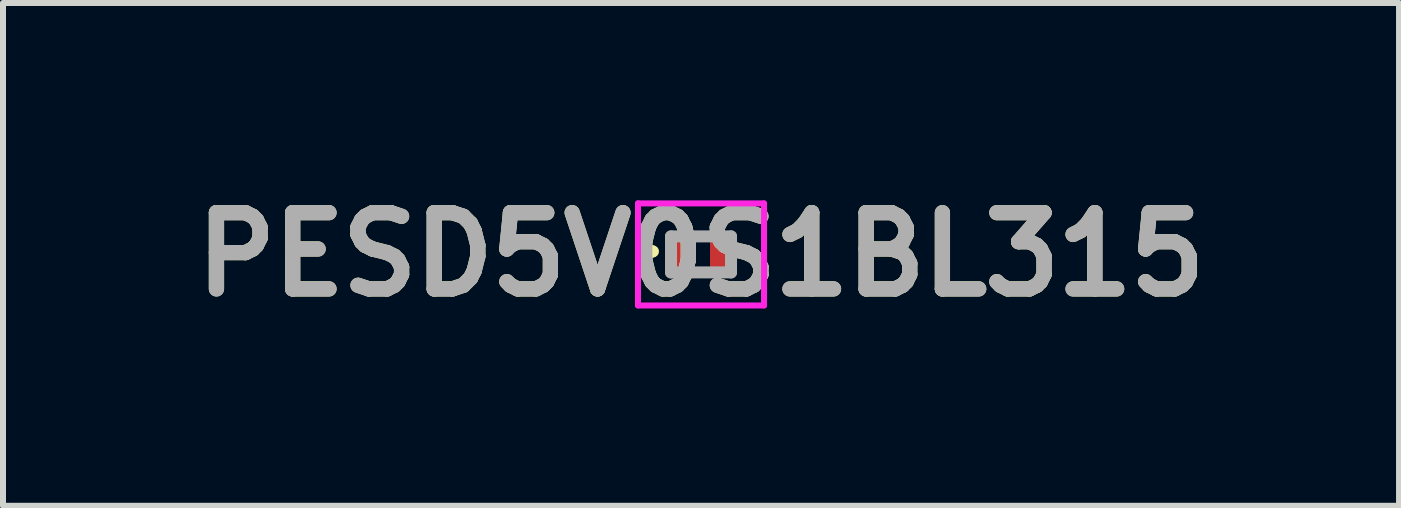
<source format=kicad_pcb>
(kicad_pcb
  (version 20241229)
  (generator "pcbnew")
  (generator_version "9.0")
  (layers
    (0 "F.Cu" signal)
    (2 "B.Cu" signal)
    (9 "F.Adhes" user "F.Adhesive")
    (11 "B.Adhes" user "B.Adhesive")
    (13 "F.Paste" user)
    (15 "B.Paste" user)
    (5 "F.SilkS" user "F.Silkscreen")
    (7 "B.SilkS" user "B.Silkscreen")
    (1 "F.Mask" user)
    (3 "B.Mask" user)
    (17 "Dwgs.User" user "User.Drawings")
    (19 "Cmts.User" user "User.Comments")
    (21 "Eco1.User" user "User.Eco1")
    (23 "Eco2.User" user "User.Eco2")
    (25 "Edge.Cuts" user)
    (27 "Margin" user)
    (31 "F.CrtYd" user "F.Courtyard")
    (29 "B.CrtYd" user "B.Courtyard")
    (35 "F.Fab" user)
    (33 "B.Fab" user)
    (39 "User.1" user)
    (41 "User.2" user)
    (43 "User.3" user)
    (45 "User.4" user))
  (footprint "PESD5V0S1BL315"
    (layer "F.Cu")
    (at 8.63 1.189)
    (property "Reference" "PESD5V0S1BL315" (at 0 0 0) (layer "F.SilkS") (effects (font (size 1.27 1.27) (thickness 0.254))))
    (attr smd)
    (fp_line (start -0.8 -0.1) (end -0.8 -0.1) (stroke (width 0.1) (type solid)) (layer "F.SilkS"))
    (fp_line (start -0.8 0) (end -0.8 0) (stroke (width 0.1) (type solid)) (layer "F.SilkS"))
    (fp_arc (start -0.8 -0.1) (mid -0.75 -0.05) (end -0.8 0) (stroke (width 0.1) (type solid)) (layer "F.SilkS"))
    (fp_arc (start -0.8 0) (mid -0.85 -0.05) (end -0.8 -0.1) (stroke (width 0.1) (type solid)) (layer "F.SilkS"))
    (fp_line (start -1.05 -0.85) (end 1.05 -0.85) (stroke (width 0.1) (type solid)) (layer "F.CrtYd"))
    (fp_line (start -1.05 0.85) (end -1.05 -0.85) (stroke (width 0.1) (type solid)) (layer "F.CrtYd"))
    (fp_line (start 1.05 -0.85) (end 1.05 0.85) (stroke (width 0.1) (type solid)) (layer "F.CrtYd"))
    (fp_line (start 1.05 0.85) (end -1.05 0.85) (stroke (width 0.1) (type solid)) (layer "F.CrtYd"))
    (fp_line (start -0.5 -0.3) (end 0.5 -0.3) (stroke (width 0.2) (type solid)) (layer "F.Fab"))
    (fp_line (start -0.5 0.3) (end -0.5 -0.3) (stroke (width 0.2) (type solid)) (layer "F.Fab"))
    (fp_line (start 0.5 -0.3) (end 0.5 0.3) (stroke (width 0.2) (type solid)) (layer "F.Fab"))
    (fp_line (start 0.5 0.3) (end -0.5 0.3) (stroke (width 0.2) (type solid)) (layer "F.Fab"))
    (fp_text user "${REFERENCE}" (at 0 0 0) (layer "F.Fab") (effects (font (size 1.27 1.27) (thickness 0.254))))
    (pad "1" smd rect (at -0.35 0) (size 0.4 0.7) (layers "F.Cu" "F.Mask" "F.Paste"))
    (pad "2" smd rect (at 0.35 0) (size 0.4 0.7) (layers "F.Cu" "F.Mask" "F.Paste")))
  (gr_rect
    (start -3 -3)
    (end 20.26 5.377)
    (stroke (width 0.1) (type default))
    (fill no)
    (layer "Edge.Cuts")))
</source>
